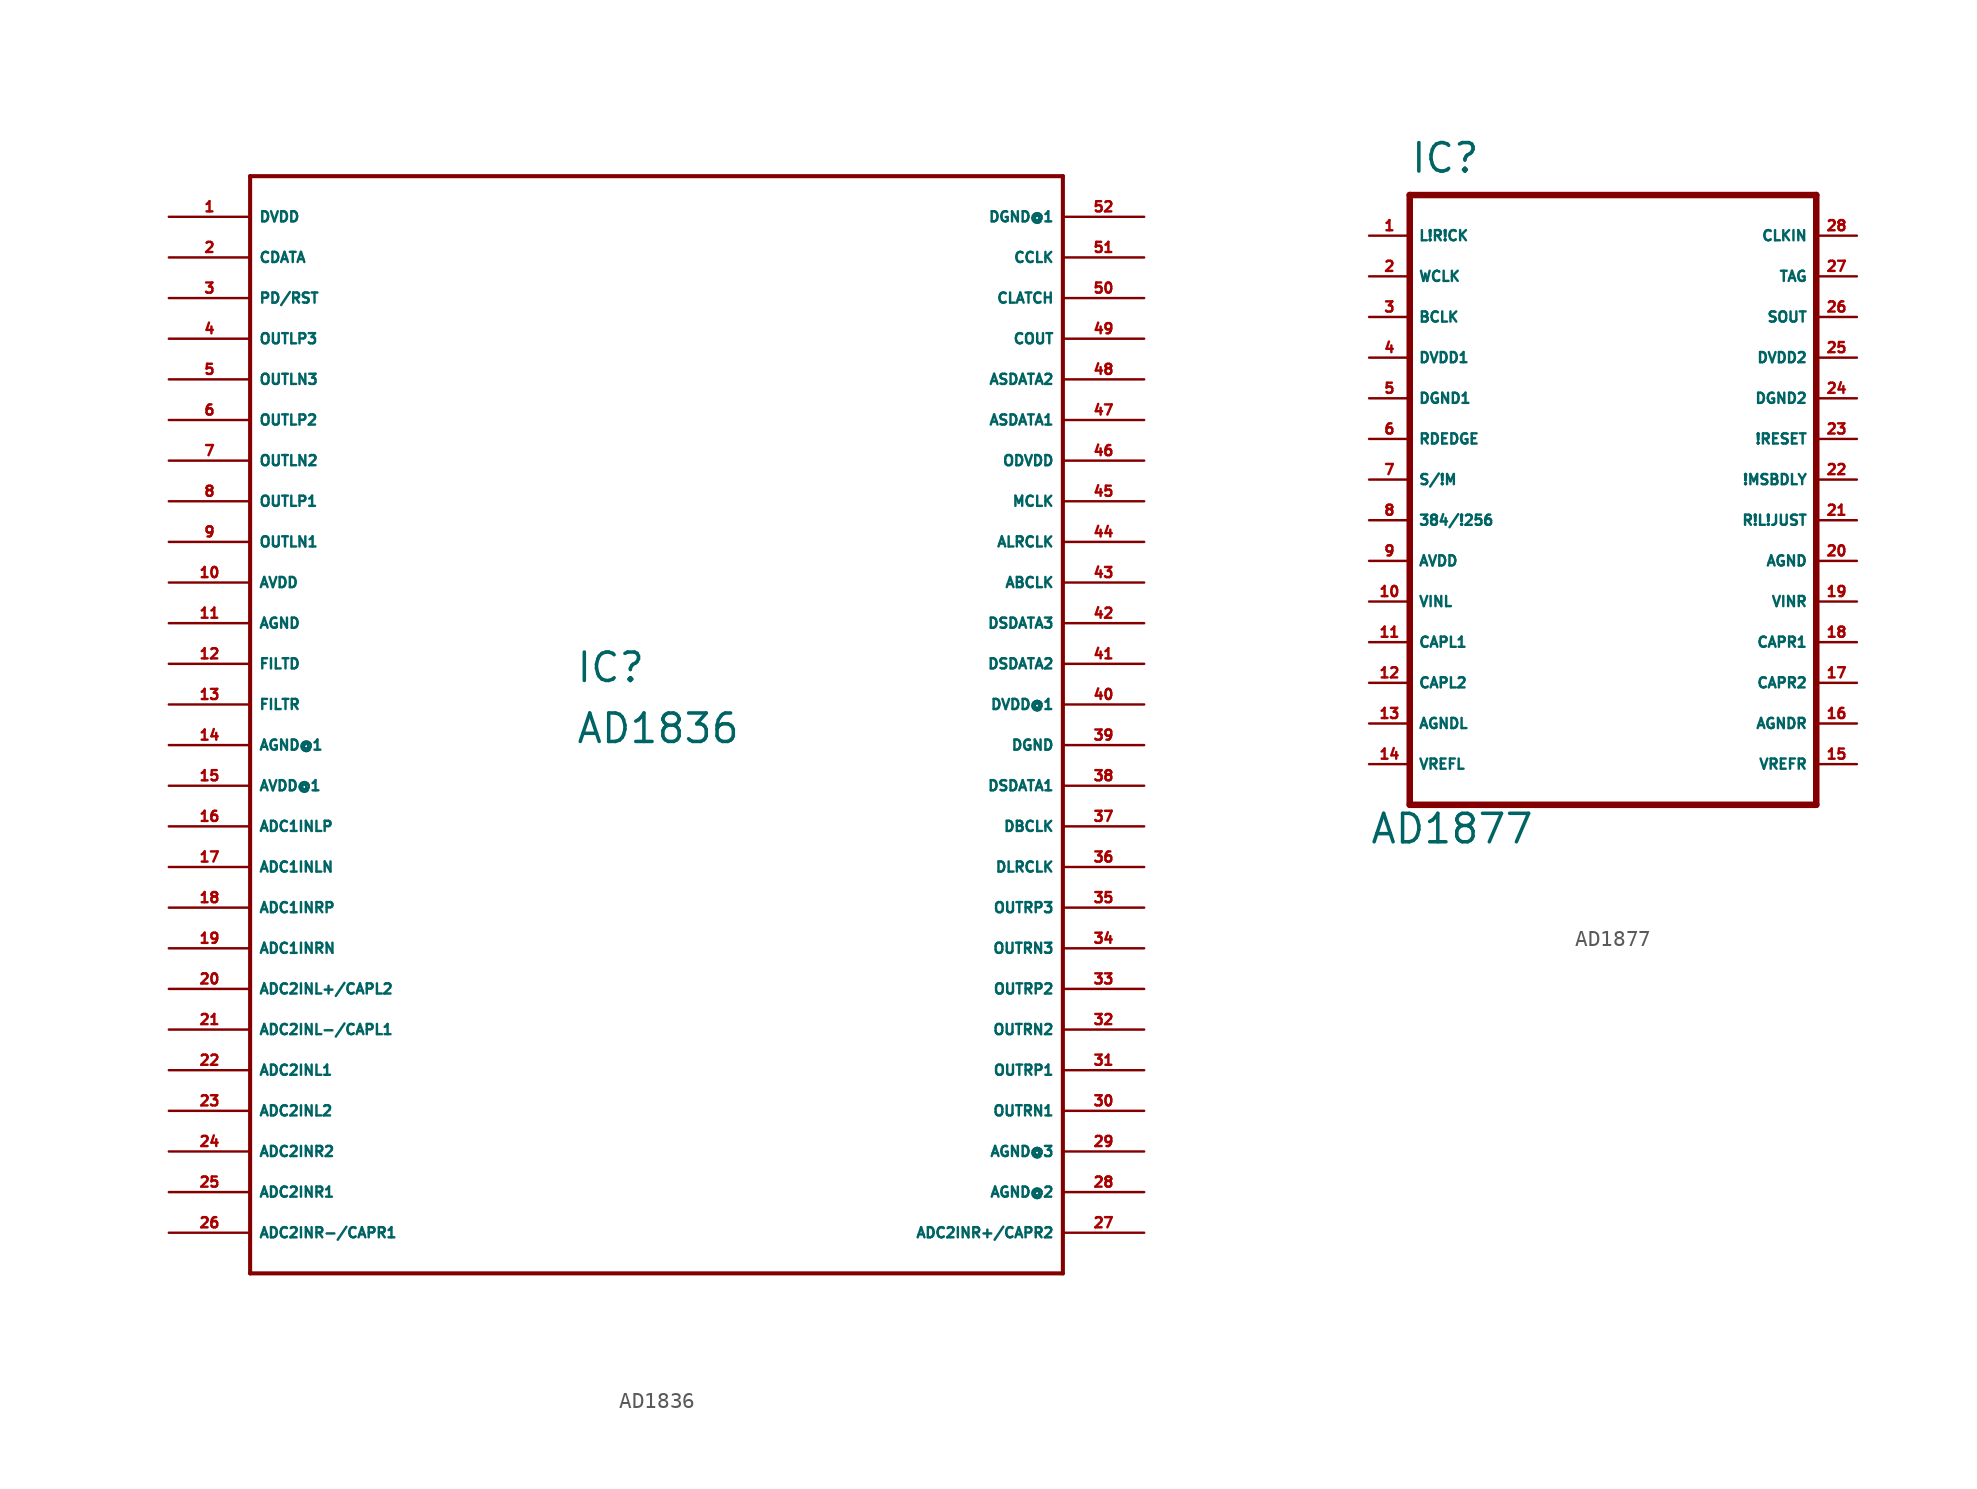
<source format=kicad_sym>
(kicad_symbol_lib
  (version 20220914)
  (generator Eagle2Kicad)
  (symbol "AD1836"
    (property "Reference" "IC"
      (at -5.08 1.27 0)
      (effects (font (size 1.778 1.778) (thickness 0.22)) (justify left bottom)))
    (property "Value" "AD1836"
      (at -5.08 -2.54 0)
      (effects (font (size 1.778 1.778) (thickness 0.22)) (justify left bottom)))
    (polyline
      (pts (xy -25.4 -35.56) (xy 25.4 -35.56))
      (stroke (width 0.254) (type default))
      (fill (type none)))
    (polyline
      (pts (xy 25.4 -35.56) (xy 25.4 33.02))
      (stroke (width 0.254) (type default))
      (fill (type none)))
    (polyline
      (pts (xy 25.4 33.02) (xy -25.4 33.02))
      (stroke (width 0.254) (type default))
      (fill (type none)))
    (polyline
      (pts (xy -25.4 33.02) (xy -25.4 -35.56))
      (stroke (width 0.254) (type default))
      (fill (type none)))
    (pin unspecified line
      (at -30.48 30.48 0)
      (length 5.08)
      (name "DVDD" (effects (font (size 0.635 0.635) (thickness 0.08)) (justify left bottom)))
      (number "1" (effects (font (size 0.635 0.635) (thickness 0.08)) (justify left bottom))))
    (pin input line
      (at -30.48 27.94 0)
      (length 5.08)
      (name "CDATA" (effects (font (size 0.635 0.635) (thickness 0.08)) (justify left bottom)))
      (number "2" (effects (font (size 0.635 0.635) (thickness 0.08)) (justify left bottom))))
    (pin input line
      (at -30.48 25.4 0)
      (length 5.08)
      (name "PD/RST" (effects (font (size 0.635 0.635) (thickness 0.08)) (justify left bottom)))
      (number "3" (effects (font (size 0.635 0.635) (thickness 0.08)) (justify left bottom))))
    (pin output line
      (at -30.48 22.86 0)
      (length 5.08)
      (name "OUTLP3" (effects (font (size 0.635 0.635) (thickness 0.08)) (justify left bottom)))
      (number "4" (effects (font (size 0.635 0.635) (thickness 0.08)) (justify left bottom))))
    (pin output line
      (at -30.48 20.32 0)
      (length 5.08)
      (name "OUTLN3" (effects (font (size 0.635 0.635) (thickness 0.08)) (justify left bottom)))
      (number "5" (effects (font (size 0.635 0.635) (thickness 0.08)) (justify left bottom))))
    (pin output line
      (at -30.48 17.78 0)
      (length 5.08)
      (name "OUTLP2" (effects (font (size 0.635 0.635) (thickness 0.08)) (justify left bottom)))
      (number "6" (effects (font (size 0.635 0.635) (thickness 0.08)) (justify left bottom))))
    (pin output line
      (at -30.48 15.24 0)
      (length 5.08)
      (name "OUTLN2" (effects (font (size 0.635 0.635) (thickness 0.08)) (justify left bottom)))
      (number "7" (effects (font (size 0.635 0.635) (thickness 0.08)) (justify left bottom))))
    (pin output line
      (at -30.48 12.7 0)
      (length 5.08)
      (name "OUTLP1" (effects (font (size 0.635 0.635) (thickness 0.08)) (justify left bottom)))
      (number "8" (effects (font (size 0.635 0.635) (thickness 0.08)) (justify left bottom))))
    (pin output line
      (at -30.48 10.16 0)
      (length 5.08)
      (name "OUTLN1" (effects (font (size 0.635 0.635) (thickness 0.08)) (justify left bottom)))
      (number "9" (effects (font (size 0.635 0.635) (thickness 0.08)) (justify left bottom))))
    (pin input line
      (at -30.48 7.62 0)
      (length 5.08)
      (name "AVDD" (effects (font (size 0.635 0.635) (thickness 0.08)) (justify left bottom)))
      (number "10" (effects (font (size 0.635 0.635) (thickness 0.08)) (justify left bottom))))
    (pin input line
      (at -30.48 5.08 0)
      (length 5.08)
      (name "AGND" (effects (font (size 0.635 0.635) (thickness 0.08)) (justify left bottom)))
      (number "11" (effects (font (size 0.635 0.635) (thickness 0.08)) (justify left bottom))))
    (pin input line
      (at -30.48 2.54 0)
      (length 5.08)
      (name "FILTD" (effects (font (size 0.635 0.635) (thickness 0.08)) (justify left bottom)))
      (number "12" (effects (font (size 0.635 0.635) (thickness 0.08)) (justify left bottom))))
    (pin input line
      (at -30.48 0 0)
      (length 5.08)
      (name "FILTR" (effects (font (size 0.635 0.635) (thickness 0.08)) (justify left bottom)))
      (number "13" (effects (font (size 0.635 0.635) (thickness 0.08)) (justify left bottom))))
    (pin input line
      (at -30.48 -2.54 0)
      (length 5.08)
      (name "AGND@1" (effects (font (size 0.635 0.635) (thickness 0.08)) (justify left bottom)))
      (number "14" (effects (font (size 0.635 0.635) (thickness 0.08)) (justify left bottom))))
    (pin input line
      (at -30.48 -5.08 0)
      (length 5.08)
      (name "AVDD@1" (effects (font (size 0.635 0.635) (thickness 0.08)) (justify left bottom)))
      (number "15" (effects (font (size 0.635 0.635) (thickness 0.08)) (justify left bottom))))
    (pin input line
      (at -30.48 -7.62 0)
      (length 5.08)
      (name "ADC1INLP" (effects (font (size 0.635 0.635) (thickness 0.08)) (justify left bottom)))
      (number "16" (effects (font (size 0.635 0.635) (thickness 0.08)) (justify left bottom))))
    (pin input line
      (at -30.48 -10.16 0)
      (length 5.08)
      (name "ADC1INLN" (effects (font (size 0.635 0.635) (thickness 0.08)) (justify left bottom)))
      (number "17" (effects (font (size 0.635 0.635) (thickness 0.08)) (justify left bottom))))
    (pin input line
      (at -30.48 -12.7 0)
      (length 5.08)
      (name "ADC1INRP" (effects (font (size 0.635 0.635) (thickness 0.08)) (justify left bottom)))
      (number "18" (effects (font (size 0.635 0.635) (thickness 0.08)) (justify left bottom))))
    (pin input line
      (at -30.48 -15.24 0)
      (length 5.08)
      (name "ADC1INRN" (effects (font (size 0.635 0.635) (thickness 0.08)) (justify left bottom)))
      (number "19" (effects (font (size 0.635 0.635) (thickness 0.08)) (justify left bottom))))
    (pin input line
      (at -30.48 -17.78 0)
      (length 5.08)
      (name "ADC2INL+/CAPL2" (effects (font (size 0.635 0.635) (thickness 0.08)) (justify left bottom)))
      (number "20" (effects (font (size 0.635 0.635) (thickness 0.08)) (justify left bottom))))
    (pin input line
      (at -30.48 -20.32 0)
      (length 5.08)
      (name "ADC2INL-/CAPL1" (effects (font (size 0.635 0.635) (thickness 0.08)) (justify left bottom)))
      (number "21" (effects (font (size 0.635 0.635) (thickness 0.08)) (justify left bottom))))
    (pin input line
      (at -30.48 -22.86 0)
      (length 5.08)
      (name "ADC2INL1" (effects (font (size 0.635 0.635) (thickness 0.08)) (justify left bottom)))
      (number "22" (effects (font (size 0.635 0.635) (thickness 0.08)) (justify left bottom))))
    (pin input line
      (at -30.48 -25.4 0)
      (length 5.08)
      (name "ADC2INL2" (effects (font (size 0.635 0.635) (thickness 0.08)) (justify left bottom)))
      (number "23" (effects (font (size 0.635 0.635) (thickness 0.08)) (justify left bottom))))
    (pin input line
      (at -30.48 -27.94 0)
      (length 5.08)
      (name "ADC2INR2" (effects (font (size 0.635 0.635) (thickness 0.08)) (justify left bottom)))
      (number "24" (effects (font (size 0.635 0.635) (thickness 0.08)) (justify left bottom))))
    (pin input line
      (at -30.48 -30.48 0)
      (length 5.08)
      (name "ADC2INR1" (effects (font (size 0.635 0.635) (thickness 0.08)) (justify left bottom)))
      (number "25" (effects (font (size 0.635 0.635) (thickness 0.08)) (justify left bottom))))
    (pin input line
      (at -30.48 -33.02 0)
      (length 5.08)
      (name "ADC2INR-/CAPR1" (effects (font (size 0.635 0.635) (thickness 0.08)) (justify left bottom)))
      (number "26" (effects (font (size 0.635 0.635) (thickness 0.08)) (justify left bottom))))
    (pin input line
      (at 30.48 -33.02 180)
      (length 5.08)
      (name "ADC2INR+/CAPR2" (effects (font (size 0.635 0.635) (thickness 0.08)) (justify left bottom)))
      (number "27" (effects (font (size 0.635 0.635) (thickness 0.08)) (justify left bottom))))
    (pin input line
      (at 30.48 -30.48 180)
      (length 5.08)
      (name "AGND@2" (effects (font (size 0.635 0.635) (thickness 0.08)) (justify left bottom)))
      (number "28" (effects (font (size 0.635 0.635) (thickness 0.08)) (justify left bottom))))
    (pin input line
      (at 30.48 -27.94 180)
      (length 5.08)
      (name "AGND@3" (effects (font (size 0.635 0.635) (thickness 0.08)) (justify left bottom)))
      (number "29" (effects (font (size 0.635 0.635) (thickness 0.08)) (justify left bottom))))
    (pin output line
      (at 30.48 -25.4 180)
      (length 5.08)
      (name "OUTRN1" (effects (font (size 0.635 0.635) (thickness 0.08)) (justify left bottom)))
      (number "30" (effects (font (size 0.635 0.635) (thickness 0.08)) (justify left bottom))))
    (pin output line
      (at 30.48 -22.86 180)
      (length 5.08)
      (name "OUTRP1" (effects (font (size 0.635 0.635) (thickness 0.08)) (justify left bottom)))
      (number "31" (effects (font (size 0.635 0.635) (thickness 0.08)) (justify left bottom))))
    (pin output line
      (at 30.48 -20.32 180)
      (length 5.08)
      (name "OUTRN2" (effects (font (size 0.635 0.635) (thickness 0.08)) (justify left bottom)))
      (number "32" (effects (font (size 0.635 0.635) (thickness 0.08)) (justify left bottom))))
    (pin output line
      (at 30.48 -17.78 180)
      (length 5.08)
      (name "OUTRP2" (effects (font (size 0.635 0.635) (thickness 0.08)) (justify left bottom)))
      (number "33" (effects (font (size 0.635 0.635) (thickness 0.08)) (justify left bottom))))
    (pin output line
      (at 30.48 -15.24 180)
      (length 5.08)
      (name "OUTRN3" (effects (font (size 0.635 0.635) (thickness 0.08)) (justify left bottom)))
      (number "34" (effects (font (size 0.635 0.635) (thickness 0.08)) (justify left bottom))))
    (pin output line
      (at 30.48 -12.7 180)
      (length 5.08)
      (name "OUTRP3" (effects (font (size 0.635 0.635) (thickness 0.08)) (justify left bottom)))
      (number "35" (effects (font (size 0.635 0.635) (thickness 0.08)) (justify left bottom))))
    (pin bidirectional line
      (at 30.48 -10.16 180)
      (length 5.08)
      (name "DLRCLK" (effects (font (size 0.635 0.635) (thickness 0.08)) (justify left bottom)))
      (number "36" (effects (font (size 0.635 0.635) (thickness 0.08)) (justify left bottom))))
    (pin bidirectional line
      (at 30.48 -7.62 180)
      (length 5.08)
      (name "DBCLK" (effects (font (size 0.635 0.635) (thickness 0.08)) (justify left bottom)))
      (number "37" (effects (font (size 0.635 0.635) (thickness 0.08)) (justify left bottom))))
    (pin input line
      (at 30.48 -5.08 180)
      (length 5.08)
      (name "DSDATA1" (effects (font (size 0.635 0.635) (thickness 0.08)) (justify left bottom)))
      (number "38" (effects (font (size 0.635 0.635) (thickness 0.08)) (justify left bottom))))
    (pin unspecified line
      (at 30.48 -2.54 180)
      (length 5.08)
      (name "DGND" (effects (font (size 0.635 0.635) (thickness 0.08)) (justify left bottom)))
      (number "39" (effects (font (size 0.635 0.635) (thickness 0.08)) (justify left bottom))))
    (pin unspecified line
      (at 30.48 0 180)
      (length 5.08)
      (name "DVDD@1" (effects (font (size 0.635 0.635) (thickness 0.08)) (justify left bottom)))
      (number "40" (effects (font (size 0.635 0.635) (thickness 0.08)) (justify left bottom))))
    (pin input line
      (at 30.48 2.54 180)
      (length 5.08)
      (name "DSDATA2" (effects (font (size 0.635 0.635) (thickness 0.08)) (justify left bottom)))
      (number "41" (effects (font (size 0.635 0.635) (thickness 0.08)) (justify left bottom))))
    (pin input line
      (at 30.48 5.08 180)
      (length 5.08)
      (name "DSDATA3" (effects (font (size 0.635 0.635) (thickness 0.08)) (justify left bottom)))
      (number "42" (effects (font (size 0.635 0.635) (thickness 0.08)) (justify left bottom))))
    (pin output line
      (at 30.48 7.62 180)
      (length 5.08)
      (name "ABCLK" (effects (font (size 0.635 0.635) (thickness 0.08)) (justify left bottom)))
      (number "43" (effects (font (size 0.635 0.635) (thickness 0.08)) (justify left bottom))))
    (pin output line
      (at 30.48 10.16 180)
      (length 5.08)
      (name "ALRCLK" (effects (font (size 0.635 0.635) (thickness 0.08)) (justify left bottom)))
      (number "44" (effects (font (size 0.635 0.635) (thickness 0.08)) (justify left bottom))))
    (pin input line
      (at 30.48 12.7 180)
      (length 5.08)
      (name "MCLK" (effects (font (size 0.635 0.635) (thickness 0.08)) (justify left bottom)))
      (number "45" (effects (font (size 0.635 0.635) (thickness 0.08)) (justify left bottom))))
    (pin input line
      (at 30.48 15.24 180)
      (length 5.08)
      (name "ODVDD" (effects (font (size 0.635 0.635) (thickness 0.08)) (justify left bottom)))
      (number "46" (effects (font (size 0.635 0.635) (thickness 0.08)) (justify left bottom))))
    (pin output line
      (at 30.48 17.78 180)
      (length 5.08)
      (name "ASDATA1" (effects (font (size 0.635 0.635) (thickness 0.08)) (justify left bottom)))
      (number "47" (effects (font (size 0.635 0.635) (thickness 0.08)) (justify left bottom))))
    (pin output line
      (at 30.48 20.32 180)
      (length 5.08)
      (name "ASDATA2" (effects (font (size 0.635 0.635) (thickness 0.08)) (justify left bottom)))
      (number "48" (effects (font (size 0.635 0.635) (thickness 0.08)) (justify left bottom))))
    (pin output line
      (at 30.48 22.86 180)
      (length 5.08)
      (name "COUT" (effects (font (size 0.635 0.635) (thickness 0.08)) (justify left bottom)))
      (number "49" (effects (font (size 0.635 0.635) (thickness 0.08)) (justify left bottom))))
    (pin input line
      (at 30.48 25.4 180)
      (length 5.08)
      (name "CLATCH" (effects (font (size 0.635 0.635) (thickness 0.08)) (justify left bottom)))
      (number "50" (effects (font (size 0.635 0.635) (thickness 0.08)) (justify left bottom))))
    (pin input line
      (at 30.48 27.94 180)
      (length 5.08)
      (name "CCLK" (effects (font (size 0.635 0.635) (thickness 0.08)) (justify left bottom)))
      (number "51" (effects (font (size 0.635 0.635) (thickness 0.08)) (justify left bottom))))
    (pin unspecified line
      (at 30.48 30.48 180)
      (length 5.08)
      (name "DGND@1" (effects (font (size 0.635 0.635) (thickness 0.08)) (justify left bottom)))
      (number "52" (effects (font (size 0.635 0.635) (thickness 0.08)) (justify left bottom)))))
  (symbol "AD1877"
    (property "Reference" "IC"
      (at -12.7 19.05 0)
      (effects (font (size 1.778 1.778) (thickness 0.22)) (justify left bottom)))
    (property "Value" "AD1877"
      (at -15.24 -22.86 0)
      (effects (font (size 1.778 1.778) (thickness 0.22)) (justify left bottom)))
    (polyline
      (pts (xy -12.7 -20.32) (xy 12.7 -20.32))
      (stroke (width 0.406) (type default))
      (fill (type none)))
    (polyline
      (pts (xy 12.7 -20.32) (xy 12.7 17.78))
      (stroke (width 0.406) (type default))
      (fill (type none)))
    (polyline
      (pts (xy 12.7 17.78) (xy -12.7 17.78))
      (stroke (width 0.406) (type default))
      (fill (type none)))
    (polyline
      (pts (xy -12.7 17.78) (xy -12.7 -20.32))
      (stroke (width 0.406) (type default))
      (fill (type none)))
    (pin bidirectional line
      (at -15.24 15.24 0)
      (length 2.54)
      (name "L!R!CK" (effects (font (size 0.635 0.635) (thickness 0.08)) (justify left bottom)))
      (number "1" (effects (font (size 0.635 0.635) (thickness 0.08)) (justify left bottom))))
    (pin bidirectional line
      (at -15.24 12.7 0)
      (length 2.54)
      (name "WCLK" (effects (font (size 0.635 0.635) (thickness 0.08)) (justify left bottom)))
      (number "2" (effects (font (size 0.635 0.635) (thickness 0.08)) (justify left bottom))))
    (pin bidirectional line
      (at -15.24 10.16 0)
      (length 2.54)
      (name "BCLK" (effects (font (size 0.635 0.635) (thickness 0.08)) (justify left bottom)))
      (number "3" (effects (font (size 0.635 0.635) (thickness 0.08)) (justify left bottom))))
    (pin input line
      (at -15.24 7.62 0)
      (length 2.54)
      (name "DVDD1" (effects (font (size 0.635 0.635) (thickness 0.08)) (justify left bottom)))
      (number "4" (effects (font (size 0.635 0.635) (thickness 0.08)) (justify left bottom))))
    (pin input line
      (at -15.24 5.08 0)
      (length 2.54)
      (name "DGND1" (effects (font (size 0.635 0.635) (thickness 0.08)) (justify left bottom)))
      (number "5" (effects (font (size 0.635 0.635) (thickness 0.08)) (justify left bottom))))
    (pin input line
      (at -15.24 2.54 0)
      (length 2.54)
      (name "RDEDGE" (effects (font (size 0.635 0.635) (thickness 0.08)) (justify left bottom)))
      (number "6" (effects (font (size 0.635 0.635) (thickness 0.08)) (justify left bottom))))
    (pin input line
      (at -15.24 0 0)
      (length 2.54)
      (name "S/!M" (effects (font (size 0.635 0.635) (thickness 0.08)) (justify left bottom)))
      (number "7" (effects (font (size 0.635 0.635) (thickness 0.08)) (justify left bottom))))
    (pin input line
      (at -15.24 -2.54 0)
      (length 2.54)
      (name "384/!256" (effects (font (size 0.635 0.635) (thickness 0.08)) (justify left bottom)))
      (number "8" (effects (font (size 0.635 0.635) (thickness 0.08)) (justify left bottom))))
    (pin input line
      (at -15.24 -5.08 0)
      (length 2.54)
      (name "AVDD" (effects (font (size 0.635 0.635) (thickness 0.08)) (justify left bottom)))
      (number "9" (effects (font (size 0.635 0.635) (thickness 0.08)) (justify left bottom))))
    (pin input line
      (at -15.24 -7.62 0)
      (length 2.54)
      (name "VINL" (effects (font (size 0.635 0.635) (thickness 0.08)) (justify left bottom)))
      (number "10" (effects (font (size 0.635 0.635) (thickness 0.08)) (justify left bottom))))
    (pin output line
      (at -15.24 -10.16 0)
      (length 2.54)
      (name "CAPL1" (effects (font (size 0.635 0.635) (thickness 0.08)) (justify left bottom)))
      (number "11" (effects (font (size 0.635 0.635) (thickness 0.08)) (justify left bottom))))
    (pin output line
      (at -15.24 -12.7 0)
      (length 2.54)
      (name "CAPL2" (effects (font (size 0.635 0.635) (thickness 0.08)) (justify left bottom)))
      (number "12" (effects (font (size 0.635 0.635) (thickness 0.08)) (justify left bottom))))
    (pin input line
      (at -15.24 -15.24 0)
      (length 2.54)
      (name "AGNDL" (effects (font (size 0.635 0.635) (thickness 0.08)) (justify left bottom)))
      (number "13" (effects (font (size 0.635 0.635) (thickness 0.08)) (justify left bottom))))
    (pin output line
      (at -15.24 -17.78 0)
      (length 2.54)
      (name "VREFL" (effects (font (size 0.635 0.635) (thickness 0.08)) (justify left bottom)))
      (number "14" (effects (font (size 0.635 0.635) (thickness 0.08)) (justify left bottom))))
    (pin output line
      (at 15.24 -17.78 180)
      (length 2.54)
      (name "VREFR" (effects (font (size 0.635 0.635) (thickness 0.08)) (justify left bottom)))
      (number "15" (effects (font (size 0.635 0.635) (thickness 0.08)) (justify left bottom))))
    (pin input line
      (at 15.24 -15.24 180)
      (length 2.54)
      (name "AGNDR" (effects (font (size 0.635 0.635) (thickness 0.08)) (justify left bottom)))
      (number "16" (effects (font (size 0.635 0.635) (thickness 0.08)) (justify left bottom))))
    (pin output line
      (at 15.24 -12.7 180)
      (length 2.54)
      (name "CAPR2" (effects (font (size 0.635 0.635) (thickness 0.08)) (justify left bottom)))
      (number "17" (effects (font (size 0.635 0.635) (thickness 0.08)) (justify left bottom))))
    (pin output line
      (at 15.24 -10.16 180)
      (length 2.54)
      (name "CAPR1" (effects (font (size 0.635 0.635) (thickness 0.08)) (justify left bottom)))
      (number "18" (effects (font (size 0.635 0.635) (thickness 0.08)) (justify left bottom))))
    (pin input line
      (at 15.24 -7.62 180)
      (length 2.54)
      (name "VINR" (effects (font (size 0.635 0.635) (thickness 0.08)) (justify left bottom)))
      (number "19" (effects (font (size 0.635 0.635) (thickness 0.08)) (justify left bottom))))
    (pin input line
      (at 15.24 -5.08 180)
      (length 2.54)
      (name "AGND" (effects (font (size 0.635 0.635) (thickness 0.08)) (justify left bottom)))
      (number "20" (effects (font (size 0.635 0.635) (thickness 0.08)) (justify left bottom))))
    (pin input line
      (at 15.24 -2.54 180)
      (length 2.54)
      (name "R!L!JUST" (effects (font (size 0.635 0.635) (thickness 0.08)) (justify left bottom)))
      (number "21" (effects (font (size 0.635 0.635) (thickness 0.08)) (justify left bottom))))
    (pin input line
      (at 15.24 0 180)
      (length 2.54)
      (name "!MSBDLY" (effects (font (size 0.635 0.635) (thickness 0.08)) (justify left bottom)))
      (number "22" (effects (font (size 0.635 0.635) (thickness 0.08)) (justify left bottom))))
    (pin input line
      (at 15.24 2.54 180)
      (length 2.54)
      (name "!RESET" (effects (font (size 0.635 0.635) (thickness 0.08)) (justify left bottom)))
      (number "23" (effects (font (size 0.635 0.635) (thickness 0.08)) (justify left bottom))))
    (pin input line
      (at 15.24 5.08 180)
      (length 2.54)
      (name "DGND2" (effects (font (size 0.635 0.635) (thickness 0.08)) (justify left bottom)))
      (number "24" (effects (font (size 0.635 0.635) (thickness 0.08)) (justify left bottom))))
    (pin input line
      (at 15.24 7.62 180)
      (length 2.54)
      (name "DVDD2" (effects (font (size 0.635 0.635) (thickness 0.08)) (justify left bottom)))
      (number "25" (effects (font (size 0.635 0.635) (thickness 0.08)) (justify left bottom))))
    (pin output line
      (at 15.24 10.16 180)
      (length 2.54)
      (name "SOUT" (effects (font (size 0.635 0.635) (thickness 0.08)) (justify left bottom)))
      (number "26" (effects (font (size 0.635 0.635) (thickness 0.08)) (justify left bottom))))
    (pin output line
      (at 15.24 12.7 180)
      (length 2.54)
      (name "TAG" (effects (font (size 0.635 0.635) (thickness 0.08)) (justify left bottom)))
      (number "27" (effects (font (size 0.635 0.635) (thickness 0.08)) (justify left bottom))))
    (pin input line
      (at 15.24 15.24 180)
      (length 2.54)
      (name "CLKIN" (effects (font (size 0.635 0.635) (thickness 0.08)) (justify left bottom)))
      (number "28" (effects (font (size 0.635 0.635) (thickness 0.08)) (justify left bottom))))))
</source>
